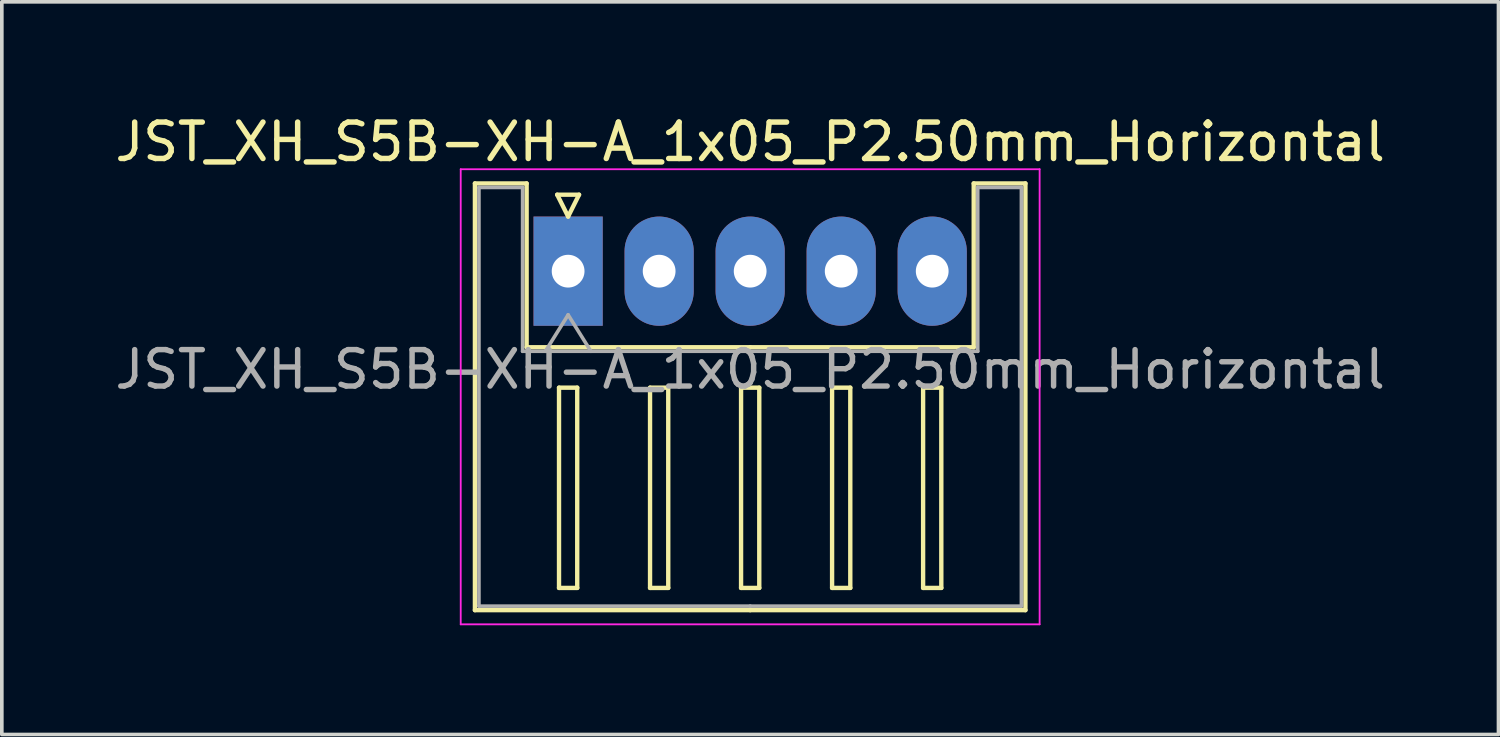
<source format=kicad_pcb>
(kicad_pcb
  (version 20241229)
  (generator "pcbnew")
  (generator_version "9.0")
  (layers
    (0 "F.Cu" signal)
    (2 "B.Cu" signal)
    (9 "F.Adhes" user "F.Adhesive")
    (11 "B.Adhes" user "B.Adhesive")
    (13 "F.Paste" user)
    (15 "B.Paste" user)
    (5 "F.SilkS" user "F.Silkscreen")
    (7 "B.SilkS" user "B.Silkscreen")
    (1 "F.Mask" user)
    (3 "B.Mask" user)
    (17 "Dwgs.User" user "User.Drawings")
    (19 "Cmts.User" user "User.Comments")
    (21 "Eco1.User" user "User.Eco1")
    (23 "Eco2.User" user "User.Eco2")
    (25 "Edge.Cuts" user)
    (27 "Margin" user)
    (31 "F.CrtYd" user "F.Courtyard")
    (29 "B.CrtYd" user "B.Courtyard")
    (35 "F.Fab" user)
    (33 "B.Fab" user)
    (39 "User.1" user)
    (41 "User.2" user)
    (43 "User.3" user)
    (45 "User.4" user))
  (footprint "JST_XH_S5B-XH-A_1x05_P2.50mm_Horizontal"
    (layer "F.Cu")
    (at 12.554 4.398)
    (property "Reference" "JST_XH_S5B-XH-A_1x05_P2.50mm_Horizontal" (at 5 -3.55 0) (layer "F.SilkS") (effects (font (size 1 1) (thickness 0.15))))
    (attr through_hole)
    (fp_line (start -2.56 -2.41) (end -1.14 -2.41) (stroke (width 0.12) (type solid)) (layer "F.SilkS"))
    (fp_line (start -2.56 9.31) (end -2.56 -2.41) (stroke (width 0.12) (type solid)) (layer "F.SilkS"))
    (fp_line (start -1.14 -2.41) (end -1.14 2.09) (stroke (width 0.12) (type solid)) (layer "F.SilkS"))
    (fp_line (start -1.14 2.09) (end 5 2.09) (stroke (width 0.12) (type solid)) (layer "F.SilkS"))
    (fp_line (start -0.3 -2.1) (end 0.3 -2.1) (stroke (width 0.12) (type solid)) (layer "F.SilkS"))
    (fp_line (start -0.25 3.2) (end -0.25 8.7) (stroke (width 0.12) (type solid)) (layer "F.SilkS"))
    (fp_line (start -0.25 8.7) (end 0.25 8.7) (stroke (width 0.12) (type solid)) (layer "F.SilkS"))
    (fp_line (start 0 -1.5) (end -0.3 -2.1) (stroke (width 0.12) (type solid)) (layer "F.SilkS"))
    (fp_line (start 0.25 3.2) (end -0.25 3.2) (stroke (width 0.12) (type solid)) (layer "F.SilkS"))
    (fp_line (start 0.25 8.7) (end 0.25 3.2) (stroke (width 0.12) (type solid)) (layer "F.SilkS"))
    (fp_line (start 0.3 -2.1) (end 0 -1.5) (stroke (width 0.12) (type solid)) (layer "F.SilkS"))
    (fp_line (start 2.25 3.2) (end 2.25 8.7) (stroke (width 0.12) (type solid)) (layer "F.SilkS"))
    (fp_line (start 2.25 8.7) (end 2.75 8.7) (stroke (width 0.12) (type solid)) (layer "F.SilkS"))
    (fp_line (start 2.75 3.2) (end 2.25 3.2) (stroke (width 0.12) (type solid)) (layer "F.SilkS"))
    (fp_line (start 2.75 8.7) (end 2.75 3.2) (stroke (width 0.12) (type solid)) (layer "F.SilkS"))
    (fp_line (start 4.75 3.2) (end 4.75 8.7) (stroke (width 0.12) (type solid)) (layer "F.SilkS"))
    (fp_line (start 4.75 8.7) (end 5.25 8.7) (stroke (width 0.12) (type solid)) (layer "F.SilkS"))
    (fp_line (start 5 9.31) (end -2.56 9.31) (stroke (width 0.12) (type solid)) (layer "F.SilkS"))
    (fp_line (start 5 9.31) (end 12.56 9.31) (stroke (width 0.12) (type solid)) (layer "F.SilkS"))
    (fp_line (start 5.25 3.2) (end 4.75 3.2) (stroke (width 0.12) (type solid)) (layer "F.SilkS"))
    (fp_line (start 5.25 8.7) (end 5.25 3.2) (stroke (width 0.12) (type solid)) (layer "F.SilkS"))
    (fp_line (start 7.25 3.2) (end 7.25 8.7) (stroke (width 0.12) (type solid)) (layer "F.SilkS"))
    (fp_line (start 7.25 8.7) (end 7.75 8.7) (stroke (width 0.12) (type solid)) (layer "F.SilkS"))
    (fp_line (start 7.75 3.2) (end 7.25 3.2) (stroke (width 0.12) (type solid)) (layer "F.SilkS"))
    (fp_line (start 7.75 8.7) (end 7.75 3.2) (stroke (width 0.12) (type solid)) (layer "F.SilkS"))
    (fp_line (start 9.75 3.2) (end 9.75 8.7) (stroke (width 0.12) (type solid)) (layer "F.SilkS"))
    (fp_line (start 9.75 8.7) (end 10.25 8.7) (stroke (width 0.12) (type solid)) (layer "F.SilkS"))
    (fp_line (start 10.25 3.2) (end 9.75 3.2) (stroke (width 0.12) (type solid)) (layer "F.SilkS"))
    (fp_line (start 10.25 8.7) (end 10.25 3.2) (stroke (width 0.12) (type solid)) (layer "F.SilkS"))
    (fp_line (start 11.14 -2.41) (end 11.14 2.09) (stroke (width 0.12) (type solid)) (layer "F.SilkS"))
    (fp_line (start 11.14 2.09) (end 5 2.09) (stroke (width 0.12) (type solid)) (layer "F.SilkS"))
    (fp_line (start 12.56 -2.41) (end 11.14 -2.41) (stroke (width 0.12) (type solid)) (layer "F.SilkS"))
    (fp_line (start 12.56 9.31) (end 12.56 -2.41) (stroke (width 0.12) (type solid)) (layer "F.SilkS"))
    (fp_line (start -2.95 -2.8) (end -2.95 9.7) (stroke (width 0.05) (type solid)) (layer "F.CrtYd"))
    (fp_line (start -2.95 9.7) (end 12.95 9.7) (stroke (width 0.05) (type solid)) (layer "F.CrtYd"))
    (fp_line (start 12.95 -2.8) (end -2.95 -2.8) (stroke (width 0.05) (type solid)) (layer "F.CrtYd"))
    (fp_line (start 12.95 9.7) (end 12.95 -2.8) (stroke (width 0.05) (type solid)) (layer "F.CrtYd"))
    (fp_line (start -2.45 -2.3) (end -1.25 -2.3) (stroke (width 0.1) (type solid)) (layer "F.Fab"))
    (fp_line (start -2.45 9.2) (end -2.45 -2.3) (stroke (width 0.1) (type solid)) (layer "F.Fab"))
    (fp_line (start -1.25 -2.3) (end -1.25 2.2) (stroke (width 0.1) (type solid)) (layer "F.Fab"))
    (fp_line (start -1.25 2.2) (end 5 2.2) (stroke (width 0.1) (type solid)) (layer "F.Fab"))
    (fp_line (start -0.625 2.2) (end 0 1.2) (stroke (width 0.1) (type solid)) (layer "F.Fab"))
    (fp_line (start 0 1.2) (end 0.625 2.2) (stroke (width 0.1) (type solid)) (layer "F.Fab"))
    (fp_line (start 5 9.2) (end -2.45 9.2) (stroke (width 0.1) (type solid)) (layer "F.Fab"))
    (fp_line (start 5 9.2) (end 12.45 9.2) (stroke (width 0.1) (type solid)) (layer "F.Fab"))
    (fp_line (start 11.25 -2.3) (end 11.25 2.2) (stroke (width 0.1) (type solid)) (layer "F.Fab"))
    (fp_line (start 11.25 2.2) (end 5 2.2) (stroke (width 0.1) (type solid)) (layer "F.Fab"))
    (fp_line (start 12.45 -2.3) (end 11.25 -2.3) (stroke (width 0.1) (type solid)) (layer "F.Fab"))
    (fp_line (start 12.45 9.2) (end 12.45 -2.3) (stroke (width 0.1) (type solid)) (layer "F.Fab"))
    (fp_text user "${REFERENCE}" (at 5 2.7 0) (layer "F.Fab") (effects (font (size 1 1) (thickness 0.15))))
    (pad "1" thru_hole rect (at 0 0) (size 1.9 3) (drill 0.9) (layers "*.Cu" "*.Mask"))
    (pad "2" thru_hole oval (at 2.5 0) (size 1.9 3) (drill 0.9) (layers "*.Cu" "*.Mask"))
    (pad "3" thru_hole oval (at 5 0) (size 1.9 3) (drill 0.9) (layers "*.Cu" "*.Mask"))
    (pad "4" thru_hole oval (at 7.5 0) (size 1.9 3) (drill 0.9) (layers "*.Cu" "*.Mask"))
    (pad "5" thru_hole oval (at 10 0) (size 1.9 3) (drill 0.9) (layers "*.Cu" "*.Mask")))
  (gr_rect
    (start -3 -3)
    (end 38.107 17.123)
    (stroke (width 0.1) (type default))
    (fill no)
    (layer "Edge.Cuts")))
</source>
